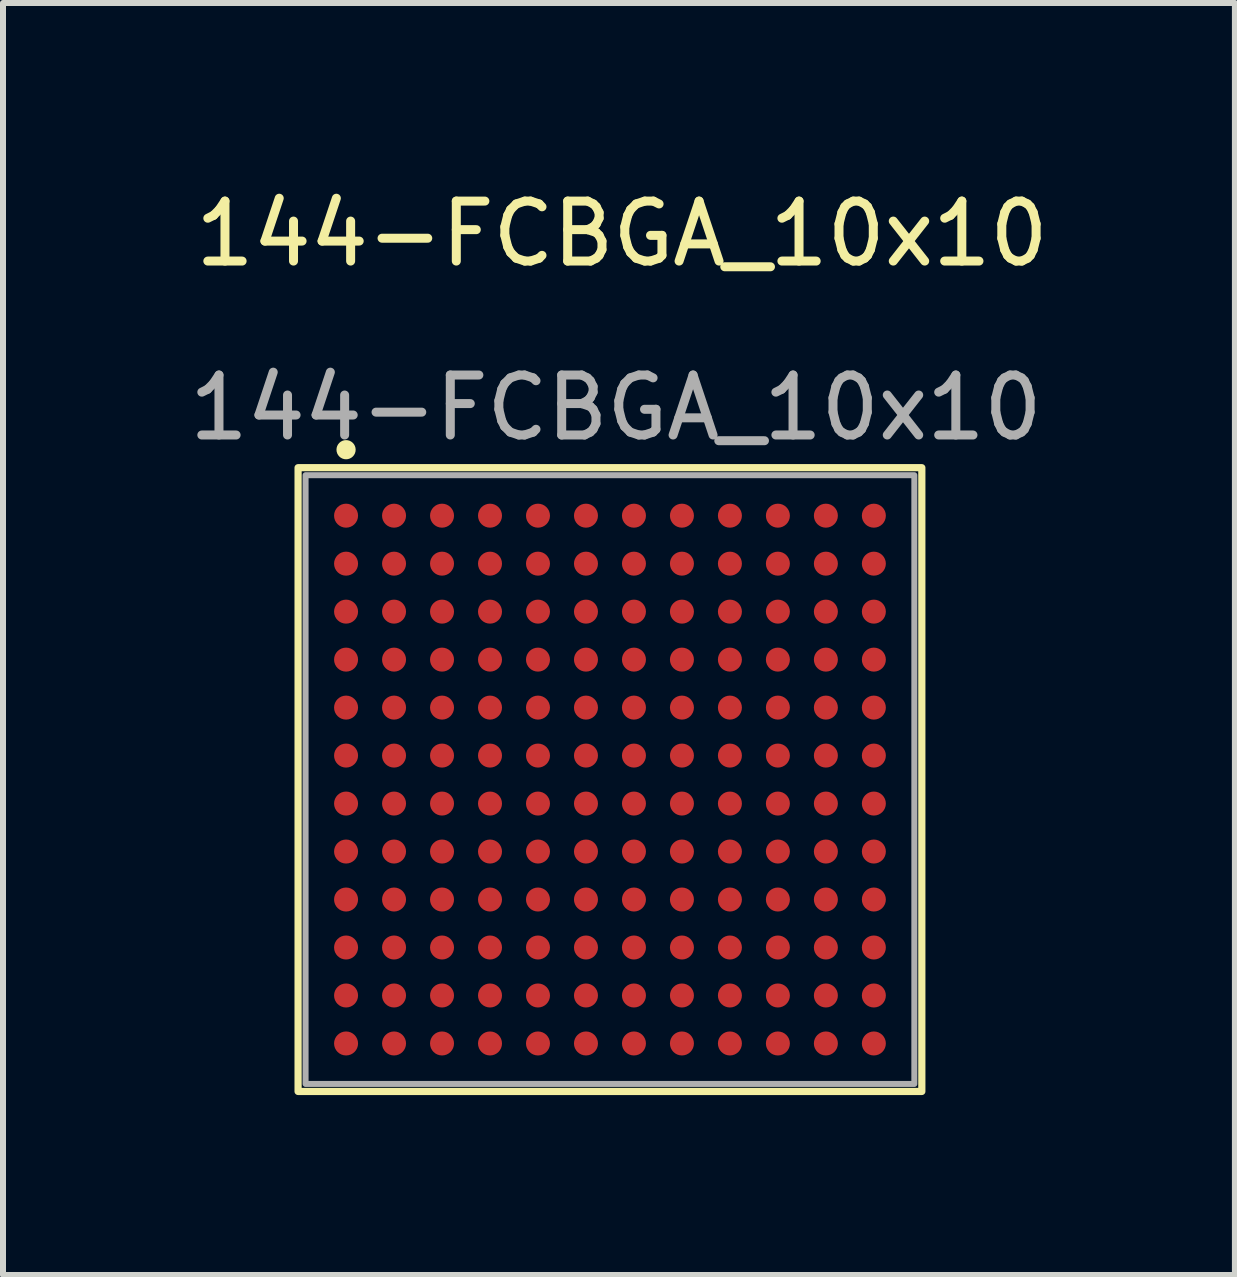
<source format=kicad_pcb>
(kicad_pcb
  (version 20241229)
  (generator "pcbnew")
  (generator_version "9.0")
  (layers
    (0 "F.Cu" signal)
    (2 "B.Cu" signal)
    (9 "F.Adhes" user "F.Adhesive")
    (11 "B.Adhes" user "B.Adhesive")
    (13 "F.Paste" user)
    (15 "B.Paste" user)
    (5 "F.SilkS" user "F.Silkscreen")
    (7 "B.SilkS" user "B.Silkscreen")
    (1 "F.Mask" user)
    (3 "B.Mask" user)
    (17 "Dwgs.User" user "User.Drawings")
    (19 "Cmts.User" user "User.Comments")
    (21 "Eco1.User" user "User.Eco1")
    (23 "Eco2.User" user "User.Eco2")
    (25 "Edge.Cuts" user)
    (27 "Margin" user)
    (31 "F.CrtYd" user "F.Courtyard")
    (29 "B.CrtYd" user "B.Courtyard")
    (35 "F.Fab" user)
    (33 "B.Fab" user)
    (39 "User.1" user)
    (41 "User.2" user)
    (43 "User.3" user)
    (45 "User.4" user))
  (footprint "144-FCBGA_10x10"
    (layer "F.Cu")
    (at 7.12 9.948)
    (property "Reference" "144-FCBGA_10x10" (at 0.2 -9.1 0) (unlocked yes) (layer "F.SilkS") (effects (font (size 1 1) (thickness 0.15))))
    (attr smd)
    (fp_rect (start -5.2 -5.2) (end 5.2 5.2) (stroke (width 0.12) (type solid)) (fill no) (layer "F.SilkS"))
    (fp_circle (center -4.4 -5.5) (end -4.3 -5.5) (stroke (width 0.12) (type solid)) (fill yes) (layer "F.SilkS"))
    (fp_rect (start -5.075 -5.075) (end 5.075 5.075) (stroke (width 0.1) (type solid)) (fill no) (layer "F.Fab"))
    (fp_text user "${REFERENCE}" (at 0.1 -6.2 0) (unlocked yes) (layer "F.Fab") (effects (font (size 1 1) (thickness 0.15))))
    (pad "A1" smd circle (at -4.4 -4.4) (size 0.4 0.4) (layers "F.Cu" "F.Mask" "F.Paste"))
    (pad "A2" smd circle (at -3.6 -4.4) (size 0.4 0.4) (layers "F.Cu" "F.Mask" "F.Paste"))
    (pad "A3" smd circle (at -2.8 -4.4) (size 0.4 0.4) (layers "F.Cu" "F.Mask" "F.Paste"))
    (pad "A4" smd circle (at -2 -4.4) (size 0.4 0.4) (layers "F.Cu" "F.Mask" "F.Paste"))
    (pad "A5" smd circle (at -1.2 -4.4) (size 0.4 0.4) (layers "F.Cu" "F.Mask" "F.Paste"))
    (pad "A6" smd circle (at -0.4 -4.4) (size 0.4 0.4) (layers "F.Cu" "F.Mask" "F.Paste"))
    (pad "A7" smd circle (at 0.4 -4.4) (size 0.4 0.4) (layers "F.Cu" "F.Mask" "F.Paste"))
    (pad "A8" smd circle (at 1.2 -4.4) (size 0.4 0.4) (layers "F.Cu" "F.Mask" "F.Paste"))
    (pad "A9" smd circle (at 2 -4.4) (size 0.4 0.4) (layers "F.Cu" "F.Mask" "F.Paste"))
    (pad "A10" smd circle (at 2.8 -4.4) (size 0.4 0.4) (layers "F.Cu" "F.Mask" "F.Paste"))
    (pad "A11" smd circle (at 3.6 -4.4) (size 0.4 0.4) (layers "F.Cu" "F.Mask" "F.Paste"))
    (pad "A12" smd circle (at 4.4 -4.4) (size 0.4 0.4) (layers "F.Cu" "F.Mask" "F.Paste"))
    (pad "B1" smd circle (at -4.4 -3.6) (size 0.4 0.4) (layers "F.Cu" "F.Mask" "F.Paste"))
    (pad "B2" smd circle (at -3.6 -3.6) (size 0.4 0.4) (layers "F.Cu" "F.Mask" "F.Paste"))
    (pad "B3" smd circle (at -2.8 -3.6) (size 0.4 0.4) (layers "F.Cu" "F.Mask" "F.Paste"))
    (pad "B4" smd circle (at -2 -3.6) (size 0.4 0.4) (layers "F.Cu" "F.Mask" "F.Paste"))
    (pad "B5" smd circle (at -1.2 -3.6) (size 0.4 0.4) (layers "F.Cu" "F.Mask" "F.Paste"))
    (pad "B6" smd circle (at -0.4 -3.6) (size 0.4 0.4) (layers "F.Cu" "F.Mask" "F.Paste"))
    (pad "B7" smd circle (at 0.4 -3.6) (size 0.4 0.4) (layers "F.Cu" "F.Mask" "F.Paste"))
    (pad "B8" smd circle (at 1.2 -3.6) (size 0.4 0.4) (layers "F.Cu" "F.Mask" "F.Paste"))
    (pad "B9" smd circle (at 2 -3.6) (size 0.4 0.4) (layers "F.Cu" "F.Mask" "F.Paste"))
    (pad "B10" smd circle (at 2.8 -3.6) (size 0.4 0.4) (layers "F.Cu" "F.Mask" "F.Paste"))
    (pad "B11" smd circle (at 3.6 -3.6) (size 0.4 0.4) (layers "F.Cu" "F.Mask" "F.Paste"))
    (pad "B12" smd circle (at 4.4 -3.6) (size 0.4 0.4) (layers "F.Cu" "F.Mask" "F.Paste"))
    (pad "C1" smd circle (at -4.4 -2.8) (size 0.4 0.4) (layers "F.Cu" "F.Mask" "F.Paste"))
    (pad "C2" smd circle (at -3.6 -2.8) (size 0.4 0.4) (layers "F.Cu" "F.Mask" "F.Paste"))
    (pad "C3" smd circle (at -2.8 -2.8) (size 0.4 0.4) (layers "F.Cu" "F.Mask" "F.Paste"))
    (pad "C4" smd circle (at -2 -2.8) (size 0.4 0.4) (layers "F.Cu" "F.Mask" "F.Paste"))
    (pad "C5" smd circle (at -1.2 -2.8) (size 0.4 0.4) (layers "F.Cu" "F.Mask" "F.Paste"))
    (pad "C6" smd circle (at -0.4 -2.8) (size 0.4 0.4) (layers "F.Cu" "F.Mask" "F.Paste"))
    (pad "C7" smd circle (at 0.4 -2.8) (size 0.4 0.4) (layers "F.Cu" "F.Mask" "F.Paste"))
    (pad "C8" smd circle (at 1.2 -2.8) (size 0.4 0.4) (layers "F.Cu" "F.Mask" "F.Paste"))
    (pad "C9" smd circle (at 2 -2.8) (size 0.4 0.4) (layers "F.Cu" "F.Mask" "F.Paste"))
    (pad "C10" smd circle (at 2.8 -2.8) (size 0.4 0.4) (layers "F.Cu" "F.Mask" "F.Paste"))
    (pad "C11" smd circle (at 3.6 -2.8) (size 0.4 0.4) (layers "F.Cu" "F.Mask" "F.Paste"))
    (pad "C12" smd circle (at 4.4 -2.8) (size 0.4 0.4) (layers "F.Cu" "F.Mask" "F.Paste"))
    (pad "D1" smd circle (at -4.4 -2) (size 0.4 0.4) (layers "F.Cu" "F.Mask" "F.Paste"))
    (pad "D2" smd circle (at -3.6 -2) (size 0.4 0.4) (layers "F.Cu" "F.Mask" "F.Paste"))
    (pad "D3" smd circle (at -2.8 -2) (size 0.4 0.4) (layers "F.Cu" "F.Mask" "F.Paste"))
    (pad "D4" smd circle (at -2 -2) (size 0.4 0.4) (layers "F.Cu" "F.Mask" "F.Paste"))
    (pad "D5" smd circle (at -1.2 -2) (size 0.4 0.4) (layers "F.Cu" "F.Mask" "F.Paste"))
    (pad "D6" smd circle (at -0.4 -2) (size 0.4 0.4) (layers "F.Cu" "F.Mask" "F.Paste"))
    (pad "D7" smd circle (at 0.4 -2) (size 0.4 0.4) (layers "F.Cu" "F.Mask" "F.Paste"))
    (pad "D8" smd circle (at 1.2 -2) (size 0.4 0.4) (layers "F.Cu" "F.Mask" "F.Paste"))
    (pad "D9" smd circle (at 2 -2) (size 0.4 0.4) (layers "F.Cu" "F.Mask" "F.Paste"))
    (pad "D10" smd circle (at 2.8 -2) (size 0.4 0.4) (layers "F.Cu" "F.Mask" "F.Paste"))
    (pad "D11" smd circle (at 3.6 -2) (size 0.4 0.4) (layers "F.Cu" "F.Mask" "F.Paste"))
    (pad "D12" smd circle (at 4.4 -2) (size 0.4 0.4) (layers "F.Cu" "F.Mask" "F.Paste"))
    (pad "E1" smd circle (at -4.4 -1.2) (size 0.4 0.4) (layers "F.Cu" "F.Mask" "F.Paste"))
    (pad "E2" smd circle (at -3.6 -1.2) (size 0.4 0.4) (layers "F.Cu" "F.Mask" "F.Paste"))
    (pad "E3" smd circle (at -2.8 -1.2) (size 0.4 0.4) (layers "F.Cu" "F.Mask" "F.Paste"))
    (pad "E4" smd circle (at -2 -1.2) (size 0.4 0.4) (layers "F.Cu" "F.Mask" "F.Paste"))
    (pad "E5" smd circle (at -1.2 -1.2) (size 0.4 0.4) (layers "F.Cu" "F.Mask" "F.Paste"))
    (pad "E6" smd circle (at -0.4 -1.2) (size 0.4 0.4) (layers "F.Cu" "F.Mask" "F.Paste"))
    (pad "E7" smd circle (at 0.4 -1.2) (size 0.4 0.4) (layers "F.Cu" "F.Mask" "F.Paste"))
    (pad "E8" smd circle (at 1.2 -1.2) (size 0.4 0.4) (layers "F.Cu" "F.Mask" "F.Paste"))
    (pad "E9" smd circle (at 2 -1.2) (size 0.4 0.4) (layers "F.Cu" "F.Mask" "F.Paste"))
    (pad "E10" smd circle (at 2.8 -1.2) (size 0.4 0.4) (layers "F.Cu" "F.Mask" "F.Paste"))
    (pad "E11" smd circle (at 3.6 -1.2) (size 0.4 0.4) (layers "F.Cu" "F.Mask" "F.Paste"))
    (pad "E12" smd circle (at 4.4 -1.2) (size 0.4 0.4) (layers "F.Cu" "F.Mask" "F.Paste"))
    (pad "F1" smd circle (at -4.4 -0.4) (size 0.4 0.4) (layers "F.Cu" "F.Mask" "F.Paste"))
    (pad "F2" smd circle (at -3.6 -0.4) (size 0.4 0.4) (layers "F.Cu" "F.Mask" "F.Paste"))
    (pad "F3" smd circle (at -2.8 -0.4) (size 0.4 0.4) (layers "F.Cu" "F.Mask" "F.Paste"))
    (pad "F4" smd circle (at -2 -0.4) (size 0.4 0.4) (layers "F.Cu" "F.Mask" "F.Paste"))
    (pad "F5" smd circle (at -1.2 -0.4) (size 0.4 0.4) (layers "F.Cu" "F.Mask" "F.Paste"))
    (pad "F6" smd circle (at -0.4 -0.4) (size 0.4 0.4) (layers "F.Cu" "F.Mask" "F.Paste"))
    (pad "F7" smd circle (at 0.4 -0.4) (size 0.4 0.4) (layers "F.Cu" "F.Mask" "F.Paste"))
    (pad "F8" smd circle (at 1.2 -0.4) (size 0.4 0.4) (layers "F.Cu" "F.Mask" "F.Paste"))
    (pad "F9" smd circle (at 2 -0.4) (size 0.4 0.4) (layers "F.Cu" "F.Mask" "F.Paste"))
    (pad "F10" smd circle (at 2.8 -0.4) (size 0.4 0.4) (layers "F.Cu" "F.Mask" "F.Paste"))
    (pad "F11" smd circle (at 3.6 -0.4) (size 0.4 0.4) (layers "F.Cu" "F.Mask" "F.Paste"))
    (pad "F12" smd circle (at 4.4 -0.4) (size 0.4 0.4) (layers "F.Cu" "F.Mask" "F.Paste"))
    (pad "G1" smd circle (at -4.4 0.4) (size 0.4 0.4) (layers "F.Cu" "F.Mask" "F.Paste"))
    (pad "G2" smd circle (at -3.6 0.4) (size 0.4 0.4) (layers "F.Cu" "F.Mask" "F.Paste"))
    (pad "G3" smd circle (at -2.8 0.4) (size 0.4 0.4) (layers "F.Cu" "F.Mask" "F.Paste"))
    (pad "G4" smd circle (at -2 0.4) (size 0.4 0.4) (layers "F.Cu" "F.Mask" "F.Paste"))
    (pad "G5" smd circle (at -1.2 0.4) (size 0.4 0.4) (layers "F.Cu" "F.Mask" "F.Paste"))
    (pad "G6" smd circle (at -0.4 0.4) (size 0.4 0.4) (layers "F.Cu" "F.Mask" "F.Paste"))
    (pad "G7" smd circle (at 0.4 0.4) (size 0.4 0.4) (layers "F.Cu" "F.Mask" "F.Paste"))
    (pad "G8" smd circle (at 1.2 0.4) (size 0.4 0.4) (layers "F.Cu" "F.Mask" "F.Paste"))
    (pad "G9" smd circle (at 2 0.4) (size 0.4 0.4) (layers "F.Cu" "F.Mask" "F.Paste"))
    (pad "G10" smd circle (at 2.8 0.4) (size 0.4 0.4) (layers "F.Cu" "F.Mask" "F.Paste"))
    (pad "G11" smd circle (at 3.6 0.4) (size 0.4 0.4) (layers "F.Cu" "F.Mask" "F.Paste"))
    (pad "G12" smd circle (at 4.4 0.4) (size 0.4 0.4) (layers "F.Cu" "F.Mask" "F.Paste"))
    (pad "H1" smd circle (at -4.4 1.2) (size 0.4 0.4) (layers "F.Cu" "F.Mask" "F.Paste"))
    (pad "H2" smd circle (at -3.6 1.2) (size 0.4 0.4) (layers "F.Cu" "F.Mask" "F.Paste"))
    (pad "H3" smd circle (at -2.8 1.2) (size 0.4 0.4) (layers "F.Cu" "F.Mask" "F.Paste"))
    (pad "H4" smd circle (at -2 1.2) (size 0.4 0.4) (layers "F.Cu" "F.Mask" "F.Paste"))
    (pad "H5" smd circle (at -1.2 1.2) (size 0.4 0.4) (layers "F.Cu" "F.Mask" "F.Paste"))
    (pad "H6" smd circle (at -0.4 1.2) (size 0.4 0.4) (layers "F.Cu" "F.Mask" "F.Paste"))
    (pad "H7" smd circle (at 0.4 1.2) (size 0.4 0.4) (layers "F.Cu" "F.Mask" "F.Paste"))
    (pad "H8" smd circle (at 1.2 1.2) (size 0.4 0.4) (layers "F.Cu" "F.Mask" "F.Paste"))
    (pad "H9" smd circle (at 2 1.2) (size 0.4 0.4) (layers "F.Cu" "F.Mask" "F.Paste"))
    (pad "H10" smd circle (at 2.8 1.2) (size 0.4 0.4) (layers "F.Cu" "F.Mask" "F.Paste"))
    (pad "H11" smd circle (at 3.6 1.2) (size 0.4 0.4) (layers "F.Cu" "F.Mask" "F.Paste"))
    (pad "H12" smd circle (at 4.4 1.2) (size 0.4 0.4) (layers "F.Cu" "F.Mask" "F.Paste"))
    (pad "J1" smd circle (at -4.4 2) (size 0.4 0.4) (layers "F.Cu" "F.Mask" "F.Paste"))
    (pad "J2" smd circle (at -3.6 2) (size 0.4 0.4) (layers "F.Cu" "F.Mask" "F.Paste"))
    (pad "J3" smd circle (at -2.8 2) (size 0.4 0.4) (layers "F.Cu" "F.Mask" "F.Paste"))
    (pad "J4" smd circle (at -2 2) (size 0.4 0.4) (layers "F.Cu" "F.Mask" "F.Paste"))
    (pad "J5" smd circle (at -1.2 2) (size 0.4 0.4) (layers "F.Cu" "F.Mask" "F.Paste"))
    (pad "J6" smd circle (at -0.4 2) (size 0.4 0.4) (layers "F.Cu" "F.Mask" "F.Paste"))
    (pad "J7" smd circle (at 0.4 2) (size 0.4 0.4) (layers "F.Cu" "F.Mask" "F.Paste"))
    (pad "J8" smd circle (at 1.2 2) (size 0.4 0.4) (layers "F.Cu" "F.Mask" "F.Paste"))
    (pad "J9" smd circle (at 2 2) (size 0.4 0.4) (layers "F.Cu" "F.Mask" "F.Paste"))
    (pad "J10" smd circle (at 2.8 2) (size 0.4 0.4) (layers "F.Cu" "F.Mask" "F.Paste"))
    (pad "J11" smd circle (at 3.6 2) (size 0.4 0.4) (layers "F.Cu" "F.Mask" "F.Paste"))
    (pad "J12" smd circle (at 4.4 2) (size 0.4 0.4) (layers "F.Cu" "F.Mask" "F.Paste"))
    (pad "K1" smd circle (at -4.4 2.8) (size 0.4 0.4) (layers "F.Cu" "F.Mask" "F.Paste"))
    (pad "K2" smd circle (at -3.6 2.8) (size 0.4 0.4) (layers "F.Cu" "F.Mask" "F.Paste"))
    (pad "K3" smd circle (at -2.8 2.8) (size 0.4 0.4) (layers "F.Cu" "F.Mask" "F.Paste"))
    (pad "K4" smd circle (at -2 2.8) (size 0.4 0.4) (layers "F.Cu" "F.Mask" "F.Paste"))
    (pad "K5" smd circle (at -1.2 2.8) (size 0.4 0.4) (layers "F.Cu" "F.Mask" "F.Paste"))
    (pad "K6" smd circle (at -0.4 2.8) (size 0.4 0.4) (layers "F.Cu" "F.Mask" "F.Paste"))
    (pad "K7" smd circle (at 0.4 2.8) (size 0.4 0.4) (layers "F.Cu" "F.Mask" "F.Paste"))
    (pad "K8" smd circle (at 1.2 2.8) (size 0.4 0.4) (layers "F.Cu" "F.Mask" "F.Paste"))
    (pad "K9" smd circle (at 2 2.8) (size 0.4 0.4) (layers "F.Cu" "F.Mask" "F.Paste"))
    (pad "K10" smd circle (at 2.8 2.8) (size 0.4 0.4) (layers "F.Cu" "F.Mask" "F.Paste"))
    (pad "K11" smd circle (at 3.6 2.8) (size 0.4 0.4) (layers "F.Cu" "F.Mask" "F.Paste"))
    (pad "K12" smd circle (at 4.4 2.8) (size 0.4 0.4) (layers "F.Cu" "F.Mask" "F.Paste"))
    (pad "L1" smd circle (at -4.4 3.6) (size 0.4 0.4) (layers "F.Cu" "F.Mask" "F.Paste"))
    (pad "L2" smd circle (at -3.6 3.6) (size 0.4 0.4) (layers "F.Cu" "F.Mask" "F.Paste"))
    (pad "L3" smd circle (at -2.8 3.6) (size 0.4 0.4) (layers "F.Cu" "F.Mask" "F.Paste"))
    (pad "L4" smd circle (at -2 3.6) (size 0.4 0.4) (layers "F.Cu" "F.Mask" "F.Paste"))
    (pad "L5" smd circle (at -1.2 3.6) (size 0.4 0.4) (layers "F.Cu" "F.Mask" "F.Paste"))
    (pad "L6" smd circle (at -0.4 3.6) (size 0.4 0.4) (layers "F.Cu" "F.Mask" "F.Paste"))
    (pad "L7" smd circle (at 0.4 3.6) (size 0.4 0.4) (layers "F.Cu" "F.Mask" "F.Paste"))
    (pad "L8" smd circle (at 1.2 3.6) (size 0.4 0.4) (layers "F.Cu" "F.Mask" "F.Paste"))
    (pad "L9" smd circle (at 2 3.6) (size 0.4 0.4) (layers "F.Cu" "F.Mask" "F.Paste"))
    (pad "L10" smd circle (at 2.8 3.6) (size 0.4 0.4) (layers "F.Cu" "F.Mask" "F.Paste"))
    (pad "L11" smd circle (at 3.6 3.6) (size 0.4 0.4) (layers "F.Cu" "F.Mask" "F.Paste"))
    (pad "L12" smd circle (at 4.4 3.6) (size 0.4 0.4) (layers "F.Cu" "F.Mask" "F.Paste"))
    (pad "M1" smd circle (at -4.4 4.4) (size 0.4 0.4) (layers "F.Cu" "F.Mask" "F.Paste"))
    (pad "M2" smd circle (at -3.6 4.4) (size 0.4 0.4) (layers "F.Cu" "F.Mask" "F.Paste"))
    (pad "M3" smd circle (at -2.8 4.4) (size 0.4 0.4) (layers "F.Cu" "F.Mask" "F.Paste"))
    (pad "M4" smd circle (at -2 4.4) (size 0.4 0.4) (layers "F.Cu" "F.Mask" "F.Paste"))
    (pad "M5" smd circle (at -1.2 4.4) (size 0.4 0.4) (layers "F.Cu" "F.Mask" "F.Paste"))
    (pad "M6" smd circle (at -0.4 4.4) (size 0.4 0.4) (layers "F.Cu" "F.Mask" "F.Paste"))
    (pad "M7" smd circle (at 0.4 4.4) (size 0.4 0.4) (layers "F.Cu" "F.Mask" "F.Paste"))
    (pad "M8" smd circle (at 1.2 4.4) (size 0.4 0.4) (layers "F.Cu" "F.Mask" "F.Paste"))
    (pad "M9" smd circle (at 2 4.4) (size 0.4 0.4) (layers "F.Cu" "F.Mask" "F.Paste"))
    (pad "M10" smd circle (at 2.8 4.4) (size 0.4 0.4) (layers "F.Cu" "F.Mask" "F.Paste"))
    (pad "M11" smd circle (at 3.6 4.4) (size 0.4 0.4) (layers "F.Cu" "F.Mask" "F.Paste"))
    (pad "M12" smd circle (at 4.4 4.4) (size 0.4 0.4) (layers "F.Cu" "F.Mask" "F.Paste")))
  (gr_rect
    (start -3 -3)
    (end 17.54 18.208)
    (stroke (width 0.1) (type default))
    (fill no)
    (layer "Edge.Cuts")))
</source>
